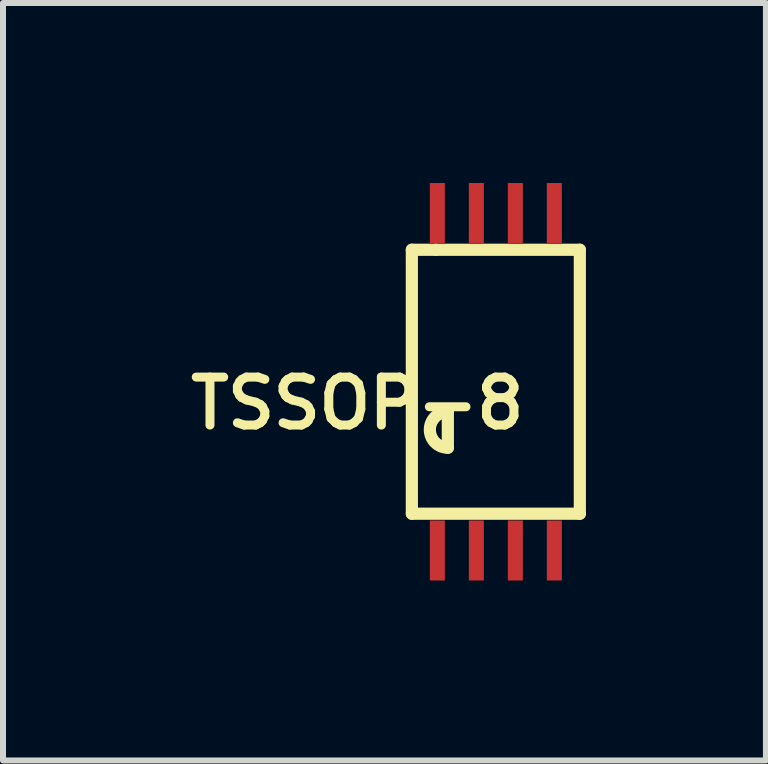
<source format=kicad_pcb>
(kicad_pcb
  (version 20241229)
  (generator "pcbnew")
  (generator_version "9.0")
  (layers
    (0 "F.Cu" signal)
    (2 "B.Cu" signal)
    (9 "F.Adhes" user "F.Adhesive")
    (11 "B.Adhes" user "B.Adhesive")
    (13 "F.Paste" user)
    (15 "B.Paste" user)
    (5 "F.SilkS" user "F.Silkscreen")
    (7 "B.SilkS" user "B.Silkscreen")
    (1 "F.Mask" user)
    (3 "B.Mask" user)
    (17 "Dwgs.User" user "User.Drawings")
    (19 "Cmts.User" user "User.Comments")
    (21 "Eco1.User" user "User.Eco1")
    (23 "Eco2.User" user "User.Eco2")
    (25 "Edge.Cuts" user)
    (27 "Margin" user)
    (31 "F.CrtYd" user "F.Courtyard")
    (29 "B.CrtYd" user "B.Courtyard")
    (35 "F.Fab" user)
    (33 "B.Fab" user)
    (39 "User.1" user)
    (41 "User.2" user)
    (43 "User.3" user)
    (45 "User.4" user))
  (footprint "TSSOP-8"
    (layer "F.Cu")
    (at 5.215 3.313)
    (property "Reference" "TSSOP-8" (at -2.308 0.36 180) (layer "F.SilkS") (effects (font (size 0.8 0.8) (thickness 0.15))))
    (attr smd)
    (fp_line (start -1.4 -2.2) (end -1 -2.2) (stroke (width 0.203) (type solid)) (layer "F.SilkS"))
    (fp_line (start -1.4 2.2) (end -1.4 -2.2) (stroke (width 0.203) (type solid)) (layer "F.SilkS"))
    (fp_line (start -1 -2.2) (end -1.1 -2.2) (stroke (width 0.127) (type solid)) (layer "F.SilkS"))
    (fp_line (start -1 -2.2) (end 1.4 -2.2) (stroke (width 0.203) (type solid)) (layer "F.SilkS"))
    (fp_line (start -0.8 0.5) (end -0.8 1.1) (stroke (width 0.203) (type solid)) (layer "F.SilkS"))
    (fp_line (start 1.4 -2.2) (end 1.4 2.2) (stroke (width 0.203) (type solid)) (layer "F.SilkS"))
    (fp_line (start 1.4 2.2) (end -1.4 2.2) (stroke (width 0.203) (type solid)) (layer "F.SilkS"))
    (fp_arc (start -0.8 1.1) (mid -1.1 0.8) (end -0.8 0.5) (stroke (width 0.2032) (type solid)) (layer "F.SilkS"))
    (pad "1" smd rect (at -0.975 2.813) (size 0.25 1) (layers "F.Cu" "F.Mask" "F.Paste"))
    (pad "2" smd rect (at -0.325 2.813) (size 0.25 1) (layers "F.Cu" "F.Mask" "F.Paste"))
    (pad "3" smd rect (at 0.325 2.813) (size 0.25 1) (layers "F.Cu" "F.Mask" "F.Paste"))
    (pad "4" smd rect (at 0.975 2.813) (size 0.25 1) (layers "F.Cu" "F.Mask" "F.Paste"))
    (pad "5" smd rect (at 0.975 -2.813 180) (size 0.25 1) (layers "F.Cu" "F.Mask" "F.Paste"))
    (pad "6" smd rect (at 0.325 -2.813 180) (size 0.25 1) (layers "F.Cu" "F.Mask" "F.Paste"))
    (pad "7" smd rect (at -0.325 -2.813 180) (size 0.25 1) (layers "F.Cu" "F.Mask" "F.Paste"))
    (pad "8" smd rect (at -0.975 -2.813 180) (size 0.25 1) (layers "F.Cu" "F.Mask" "F.Paste")))
  (gr_rect
    (start -3 -3)
    (end 9.717 9.626)
    (stroke (width 0.1) (type default))
    (fill no)
    (layer "Edge.Cuts")))
</source>
